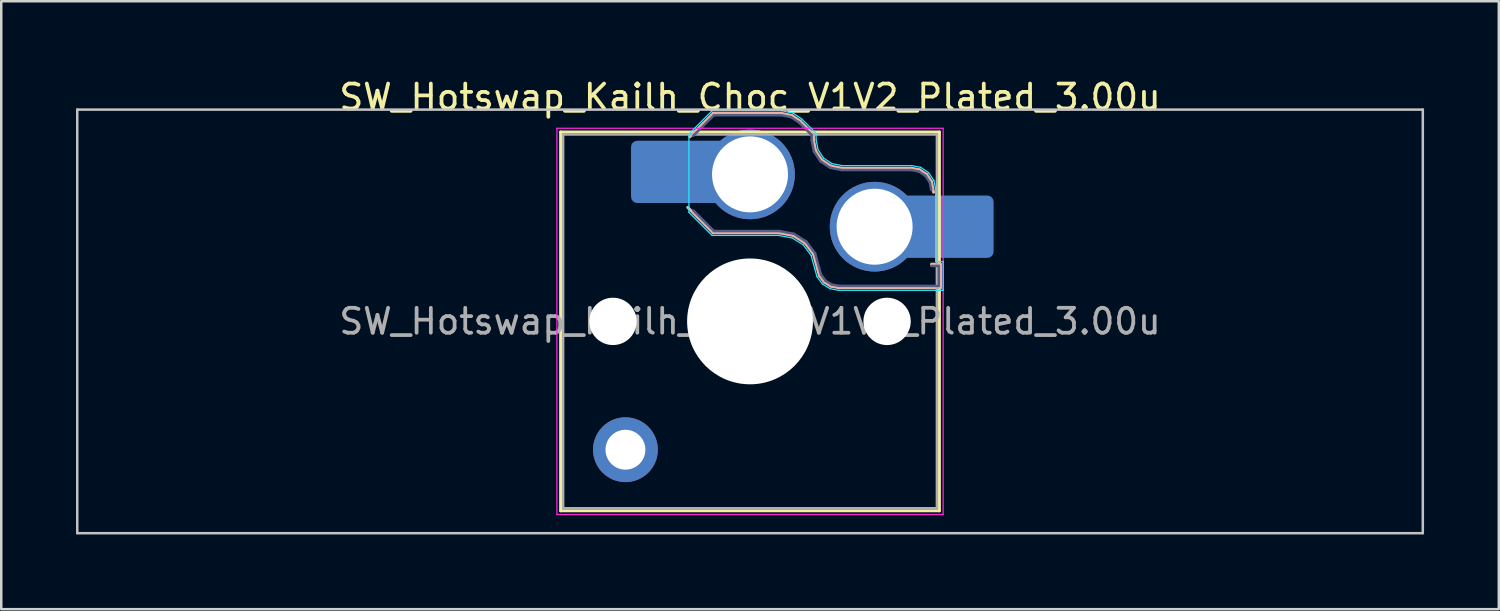
<source format=kicad_pcb>
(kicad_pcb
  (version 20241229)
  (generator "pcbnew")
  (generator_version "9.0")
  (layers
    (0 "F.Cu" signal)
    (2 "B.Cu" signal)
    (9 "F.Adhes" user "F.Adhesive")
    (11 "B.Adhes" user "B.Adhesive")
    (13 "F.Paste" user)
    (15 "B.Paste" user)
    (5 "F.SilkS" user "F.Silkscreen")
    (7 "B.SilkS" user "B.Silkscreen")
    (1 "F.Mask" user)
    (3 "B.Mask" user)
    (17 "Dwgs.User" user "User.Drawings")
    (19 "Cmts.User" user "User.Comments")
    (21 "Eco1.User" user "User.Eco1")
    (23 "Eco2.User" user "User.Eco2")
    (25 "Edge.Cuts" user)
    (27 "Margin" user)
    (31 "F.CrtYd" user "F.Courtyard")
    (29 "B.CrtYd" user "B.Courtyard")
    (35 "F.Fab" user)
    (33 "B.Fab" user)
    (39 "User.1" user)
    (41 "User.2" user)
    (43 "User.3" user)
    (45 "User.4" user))
  (footprint "SW_Hotswap_Kailh_Choc_V1V2_Plated_3.00u"
    (layer "F.Cu")
    (at 27.05 9.848)
    (property "Reference" "SW_Hotswap_Kailh_Choc_V1V2_Plated_3.00u" (at 0 -9 0) (layer "F.SilkS") (effects (font (size 1 1) (thickness 0.15))))
    (attr smd)
    (fp_line (start -7.6 -7.6) (end -7.6 7.6) (stroke (width 0.12) (type solid)) (layer "F.SilkS"))
    (fp_line (start -7.6 7.6) (end 7.6 7.6) (stroke (width 0.12) (type solid)) (layer "F.SilkS"))
    (fp_line (start 7.6 -7.6) (end -7.6 -7.6) (stroke (width 0.12) (type solid)) (layer "F.SilkS"))
    (fp_line (start 7.6 7.6) (end 7.6 -7.6) (stroke (width 0.12) (type solid)) (layer "F.SilkS"))
    (fp_line (start -2.416 -7.409) (end -1.479 -8.346) (stroke (width 0.12) (type solid)) (layer "B.SilkS"))
    (fp_line (start -1.479 -8.346) (end 1.268 -8.346) (stroke (width 0.12) (type solid)) (layer "B.SilkS"))
    (fp_line (start -1.479 -3.554) (end -2.5 -4.575) (stroke (width 0.12) (type solid)) (layer "B.SilkS"))
    (fp_line (start 1.168 -3.554) (end -1.479 -3.554) (stroke (width 0.12) (type solid)) (layer "B.SilkS"))
    (fp_line (start 1.268 -8.346) (end 1.671 -8.266) (stroke (width 0.12) (type solid)) (layer "B.SilkS"))
    (fp_line (start 1.671 -8.266) (end 2.013 -8.037) (stroke (width 0.12) (type solid)) (layer "B.SilkS"))
    (fp_line (start 1.73 -3.449) (end 1.168 -3.554) (stroke (width 0.12) (type solid)) (layer "B.SilkS"))
    (fp_line (start 2.013 -8.037) (end 2.546 -7.504) (stroke (width 0.12) (type solid)) (layer "B.SilkS"))
    (fp_line (start 2.209 -3.15) (end 1.73 -3.449) (stroke (width 0.12) (type solid)) (layer "B.SilkS"))
    (fp_line (start 2.546 -7.504) (end 2.546 -7.282) (stroke (width 0.12) (type solid)) (layer "B.SilkS"))
    (fp_line (start 2.546 -7.282) (end 2.633 -6.844) (stroke (width 0.12) (type solid)) (layer "B.SilkS"))
    (fp_line (start 2.547 -2.697) (end 2.209 -3.15) (stroke (width 0.12) (type solid)) (layer "B.SilkS"))
    (fp_line (start 2.633 -6.844) (end 2.877 -6.477) (stroke (width 0.12) (type solid)) (layer "B.SilkS"))
    (fp_line (start 2.701 -2.139) (end 2.547 -2.697) (stroke (width 0.12) (type solid)) (layer "B.SilkS"))
    (fp_line (start 2.783 -1.841) (end 2.701 -2.139) (stroke (width 0.12) (type solid)) (layer "B.SilkS"))
    (fp_line (start 2.877 -6.477) (end 3.244 -6.233) (stroke (width 0.12) (type solid)) (layer "B.SilkS"))
    (fp_line (start 2.976 -1.583) (end 2.783 -1.841) (stroke (width 0.12) (type solid)) (layer "B.SilkS"))
    (fp_line (start 3.244 -6.233) (end 3.682 -6.146) (stroke (width 0.12) (type solid)) (layer "B.SilkS"))
    (fp_line (start 3.25 -1.413) (end 2.976 -1.583) (stroke (width 0.12) (type solid)) (layer "B.SilkS"))
    (fp_line (start 3.56 -1.354) (end 3.25 -1.413) (stroke (width 0.12) (type solid)) (layer "B.SilkS"))
    (fp_line (start 3.682 -6.146) (end 6.482 -6.146) (stroke (width 0.12) (type solid)) (layer "B.SilkS"))
    (fp_line (start 6.482 -6.146) (end 6.809 -6.081) (stroke (width 0.12) (type solid)) (layer "B.SilkS"))
    (fp_line (start 6.809 -6.081) (end 7.092 -5.892) (stroke (width 0.12) (type solid)) (layer "B.SilkS"))
    (fp_line (start 7.092 -5.892) (end 7.281 -5.609) (stroke (width 0.12) (type solid)) (layer "B.SilkS"))
    (fp_line (start 7.281 -5.609) (end 7.366 -5.182) (stroke (width 0.12) (type solid)) (layer "B.SilkS"))
    (fp_line (start 7.283 -2.296) (end 7.646 -2.296) (stroke (width 0.12) (type solid)) (layer "B.SilkS"))
    (fp_line (start 7.646 -2.296) (end 7.646 -1.354) (stroke (width 0.12) (type solid)) (layer "B.SilkS"))
    (fp_line (start 7.646 -1.354) (end 3.56 -1.354) (stroke (width 0.12) (type solid)) (layer "B.SilkS"))
    (fp_line (start -27 -8.5) (end -27 8.5) (stroke (width 0.1) (type solid)) (layer "Dwgs.User"))
    (fp_line (start -27 8.5) (end 27 8.5) (stroke (width 0.1) (type solid)) (layer "Dwgs.User"))
    (fp_line (start 27 -8.5) (end -27 -8.5) (stroke (width 0.1) (type solid)) (layer "Dwgs.User"))
    (fp_line (start 27 8.5) (end 27 -8.5) (stroke (width 0.1) (type solid)) (layer "Dwgs.User"))
    (fp_line (start -7.25 -7.25) (end -7.25 7.25) (stroke (width 0.1) (type solid)) (layer "Eco1.User"))
    (fp_line (start -7.25 7.25) (end 7.25 7.25) (stroke (width 0.1) (type solid)) (layer "Eco1.User"))
    (fp_line (start 7.25 -7.25) (end -7.25 -7.25) (stroke (width 0.1) (type solid)) (layer "Eco1.User"))
    (fp_line (start 7.25 7.25) (end 7.25 -7.25) (stroke (width 0.1) (type solid)) (layer "Eco1.User"))
    (fp_line (start -2.452 -7.523) (end -1.523 -8.452) (stroke (width 0.05) (type solid)) (layer "B.CrtYd"))
    (fp_line (start -2.452 -4.377) (end -2.452 -7.523) (stroke (width 0.05) (type solid)) (layer "B.CrtYd"))
    (fp_line (start -1.523 -8.452) (end 1.278 -8.452) (stroke (width 0.05) (type solid)) (layer "B.CrtYd"))
    (fp_line (start -1.523 -3.448) (end -2.452 -4.377) (stroke (width 0.05) (type solid)) (layer "B.CrtYd"))
    (fp_line (start 1.159 -3.448) (end -1.523 -3.448) (stroke (width 0.05) (type solid)) (layer "B.CrtYd"))
    (fp_line (start 1.278 -8.452) (end 1.712 -8.366) (stroke (width 0.05) (type solid)) (layer "B.CrtYd"))
    (fp_line (start 1.691 -3.348) (end 1.159 -3.448) (stroke (width 0.05) (type solid)) (layer "B.CrtYd"))
    (fp_line (start 1.712 -8.366) (end 2.081 -8.119) (stroke (width 0.05) (type solid)) (layer "B.CrtYd"))
    (fp_line (start 2.081 -8.119) (end 2.652 -7.548) (stroke (width 0.05) (type solid)) (layer "B.CrtYd"))
    (fp_line (start 2.136 -3.071) (end 1.691 -3.348) (stroke (width 0.05) (type solid)) (layer "B.CrtYd"))
    (fp_line (start 2.45 -2.65) (end 2.136 -3.071) (stroke (width 0.05) (type solid)) (layer "B.CrtYd"))
    (fp_line (start 2.599 -2.111) (end 2.45 -2.65) (stroke (width 0.05) (type solid)) (layer "B.CrtYd"))
    (fp_line (start 2.652 -7.548) (end 2.652 -7.292) (stroke (width 0.05) (type solid)) (layer "B.CrtYd"))
    (fp_line (start 2.652 -7.292) (end 2.733 -6.885) (stroke (width 0.05) (type solid)) (layer "B.CrtYd"))
    (fp_line (start 2.687 -1.794) (end 2.599 -2.111) (stroke (width 0.05) (type solid)) (layer "B.CrtYd"))
    (fp_line (start 2.733 -6.885) (end 2.953 -6.553) (stroke (width 0.05) (type solid)) (layer "B.CrtYd"))
    (fp_line (start 2.903 -1.503) (end 2.687 -1.794) (stroke (width 0.05) (type solid)) (layer "B.CrtYd"))
    (fp_line (start 2.953 -6.553) (end 3.285 -6.333) (stroke (width 0.05) (type solid)) (layer "B.CrtYd"))
    (fp_line (start 3.211 -1.312) (end 2.903 -1.503) (stroke (width 0.05) (type solid)) (layer "B.CrtYd"))
    (fp_line (start 3.285 -6.333) (end 3.692 -6.252) (stroke (width 0.05) (type solid)) (layer "B.CrtYd"))
    (fp_line (start 3.55 -1.248) (end 3.211 -1.312) (stroke (width 0.05) (type solid)) (layer "B.CrtYd"))
    (fp_line (start 3.692 -6.252) (end 6.492 -6.252) (stroke (width 0.05) (type solid)) (layer "B.CrtYd"))
    (fp_line (start 6.492 -6.252) (end 6.85 -6.181) (stroke (width 0.05) (type solid)) (layer "B.CrtYd"))
    (fp_line (start 6.85 -6.181) (end 7.168 -5.968) (stroke (width 0.05) (type solid)) (layer "B.CrtYd"))
    (fp_line (start 7.168 -5.968) (end 7.381 -5.65) (stroke (width 0.05) (type solid)) (layer "B.CrtYd"))
    (fp_line (start 7.381 -5.65) (end 7.452 -5.292) (stroke (width 0.05) (type solid)) (layer "B.CrtYd"))
    (fp_line (start 7.452 -5.292) (end 7.452 -2.402) (stroke (width 0.05) (type solid)) (layer "B.CrtYd"))
    (fp_line (start 7.452 -2.402) (end 7.752 -2.402) (stroke (width 0.05) (type solid)) (layer "B.CrtYd"))
    (fp_line (start 7.752 -2.402) (end 7.752 -1.248) (stroke (width 0.05) (type solid)) (layer "B.CrtYd"))
    (fp_line (start 7.752 -1.248) (end 3.55 -1.248) (stroke (width 0.05) (type solid)) (layer "B.CrtYd"))
    (fp_line (start -7.75 -7.75) (end -7.75 7.75) (stroke (width 0.05) (type solid)) (layer "F.CrtYd"))
    (fp_line (start -7.75 7.75) (end 7.75 7.75) (stroke (width 0.05) (type solid)) (layer "F.CrtYd"))
    (fp_line (start 7.75 -7.75) (end -7.75 -7.75) (stroke (width 0.05) (type solid)) (layer "F.CrtYd"))
    (fp_line (start 7.75 7.75) (end 7.75 -7.75) (stroke (width 0.05) (type solid)) (layer "F.CrtYd"))
    (fp_line (start -2.275 -7.45) (end -1.45 -8.275) (stroke (width 0.1) (type solid)) (layer "B.Fab"))
    (fp_line (start -1.45 -8.275) (end 1.261 -8.275) (stroke (width 0.1) (type solid)) (layer "B.Fab"))
    (fp_line (start -1.45 -3.625) (end -2.275 -4.45) (stroke (width 0.1) (type solid)) (layer "B.Fab"))
    (fp_line (start 1.175 -3.625) (end -1.45 -3.625) (stroke (width 0.1) (type solid)) (layer "B.Fab"))
    (fp_line (start 1.261 -8.275) (end 1.643 -8.199) (stroke (width 0.1) (type solid)) (layer "B.Fab"))
    (fp_line (start 1.643 -8.199) (end 1.968 -7.982) (stroke (width 0.1) (type solid)) (layer "B.Fab"))
    (fp_line (start 1.756 -3.516) (end 1.175 -3.625) (stroke (width 0.1) (type solid)) (layer "B.Fab"))
    (fp_line (start 1.968 -7.982) (end 2.475 -7.475) (stroke (width 0.1) (type solid)) (layer "B.Fab"))
    (fp_line (start 2.258 -3.203) (end 1.756 -3.516) (stroke (width 0.1) (type solid)) (layer "B.Fab"))
    (fp_line (start 2.475 -7.475) (end 2.475 -7.275) (stroke (width 0.1) (type solid)) (layer "B.Fab"))
    (fp_line (start 2.475 -7.275) (end 2.566 -6.816) (stroke (width 0.1) (type solid)) (layer "B.Fab"))
    (fp_line (start 2.566 -6.816) (end 2.826 -6.426) (stroke (width 0.1) (type solid)) (layer "B.Fab"))
    (fp_line (start 2.612 -2.729) (end 2.258 -3.203) (stroke (width 0.1) (type solid)) (layer "B.Fab"))
    (fp_line (start 2.769 -2.158) (end 2.612 -2.729) (stroke (width 0.1) (type solid)) (layer "B.Fab"))
    (fp_line (start 2.826 -6.426) (end 3.216 -6.166) (stroke (width 0.1) (type solid)) (layer "B.Fab"))
    (fp_line (start 2.848 -1.873) (end 2.769 -2.158) (stroke (width 0.1) (type solid)) (layer "B.Fab"))
    (fp_line (start 3.025 -1.636) (end 2.848 -1.873) (stroke (width 0.1) (type solid)) (layer "B.Fab"))
    (fp_line (start 3.216 -6.166) (end 3.675 -6.075) (stroke (width 0.1) (type solid)) (layer "B.Fab"))
    (fp_line (start 3.276 -1.48) (end 3.025 -1.636) (stroke (width 0.1) (type solid)) (layer "B.Fab"))
    (fp_line (start 3.567 -1.425) (end 3.276 -1.48) (stroke (width 0.1) (type solid)) (layer "B.Fab"))
    (fp_line (start 3.675 -6.075) (end 6.475 -6.075) (stroke (width 0.1) (type solid)) (layer "B.Fab"))
    (fp_line (start 6.475 -6.075) (end 6.781 -6.014) (stroke (width 0.1) (type solid)) (layer "B.Fab"))
    (fp_line (start 6.781 -6.014) (end 7.041 -5.841) (stroke (width 0.1) (type solid)) (layer "B.Fab"))
    (fp_line (start 7.041 -5.841) (end 7.214 -5.581) (stroke (width 0.1) (type solid)) (layer "B.Fab"))
    (fp_line (start 7.214 -5.581) (end 7.275 -5.275) (stroke (width 0.1) (type solid)) (layer "B.Fab"))
    (fp_line (start 7.275 -2.225) (end 7.575 -2.225) (stroke (width 0.1) (type solid)) (layer "B.Fab"))
    (fp_line (start 7.575 -2.225) (end 7.575 -1.425) (stroke (width 0.1) (type solid)) (layer "B.Fab"))
    (fp_line (start 7.575 -1.425) (end 3.567 -1.425) (stroke (width 0.1) (type solid)) (layer "B.Fab"))
    (fp_line (start -7.5 -7.5) (end -7.5 7.5) (stroke (width 0.1) (type solid)) (layer "F.Fab"))
    (fp_line (start -7.5 7.5) (end 7.5 7.5) (stroke (width 0.1) (type solid)) (layer "F.Fab"))
    (fp_line (start 7.5 -7.5) (end -7.5 -7.5) (stroke (width 0.1) (type solid)) (layer "F.Fab"))
    (fp_line (start 7.5 7.5) (end 7.5 -7.5) (stroke (width 0.1) (type solid)) (layer "F.Fab"))
    (fp_text user "${REFERENCE}" (at 0 0 0) (layer "F.Fab") (effects (font (size 1 1) (thickness 0.15))))
    (pad "" np_thru_hole circle (at -5.5 0) (size 1.9 1.9) (drill 1.9) (layers "*.Cu" "*.Mask"))
    (pad "" smd circle (at -5 5.15) (size 1.65 1.65) (layers "F.Mask"))
    (pad "" thru_hole circle (at -5 5.15) (size 2.6 2.6) (drill 1.6) (layers "*.Cu" "B.Mask"))
    (pad "" smd roundrect (at -3.5 -6) (size 2.55 2.5) (layers "B.Mask" "B.Paste") (roundrect_rratio 0.1))
    (pad "" smd circle (at 0 -5.9) (size 3.1 3.1) (layers "F.Mask"))
    (pad "" np_thru_hole circle (at 0 0) (size 5.05 5.05) (drill 5.05) (layers "*.Cu" "*.Mask"))
    (pad "" smd circle (at 5 -3.8) (size 3.1 3.1) (layers "F.Mask"))
    (pad "" np_thru_hole circle (at 5.5 0) (size 1.9 1.9) (drill 1.9) (layers "*.Cu" "*.Mask"))
    (pad "" smd roundrect (at 8.5 -3.8) (size 2.55 2.5) (layers "B.Mask" "B.Paste") (roundrect_rratio 0.1))
    (pad "1" smd roundrect (at -2.85 -6) (size 3.85 2.5) (layers "B.Cu") (roundrect_rratio 0.1))
    (pad "1" thru_hole circle (at 0 -5.9) (size 3.6 3.6) (drill 3.05) (layers "*.Cu" "B.Mask"))
    (pad "2" thru_hole circle (at 5 -3.8) (size 3.6 3.6) (drill 3.05) (layers "*.Cu" "B.Mask"))
    (pad "2" smd roundrect (at 7.85 -3.8) (size 3.85 2.5) (layers "B.Cu") (roundrect_rratio 0.1)))
  (gr_rect
    (start -3 -3)
    (end 57.1 21.398)
    (stroke (width 0.1) (type default))
    (fill no)
    (layer "Edge.Cuts")))
</source>
